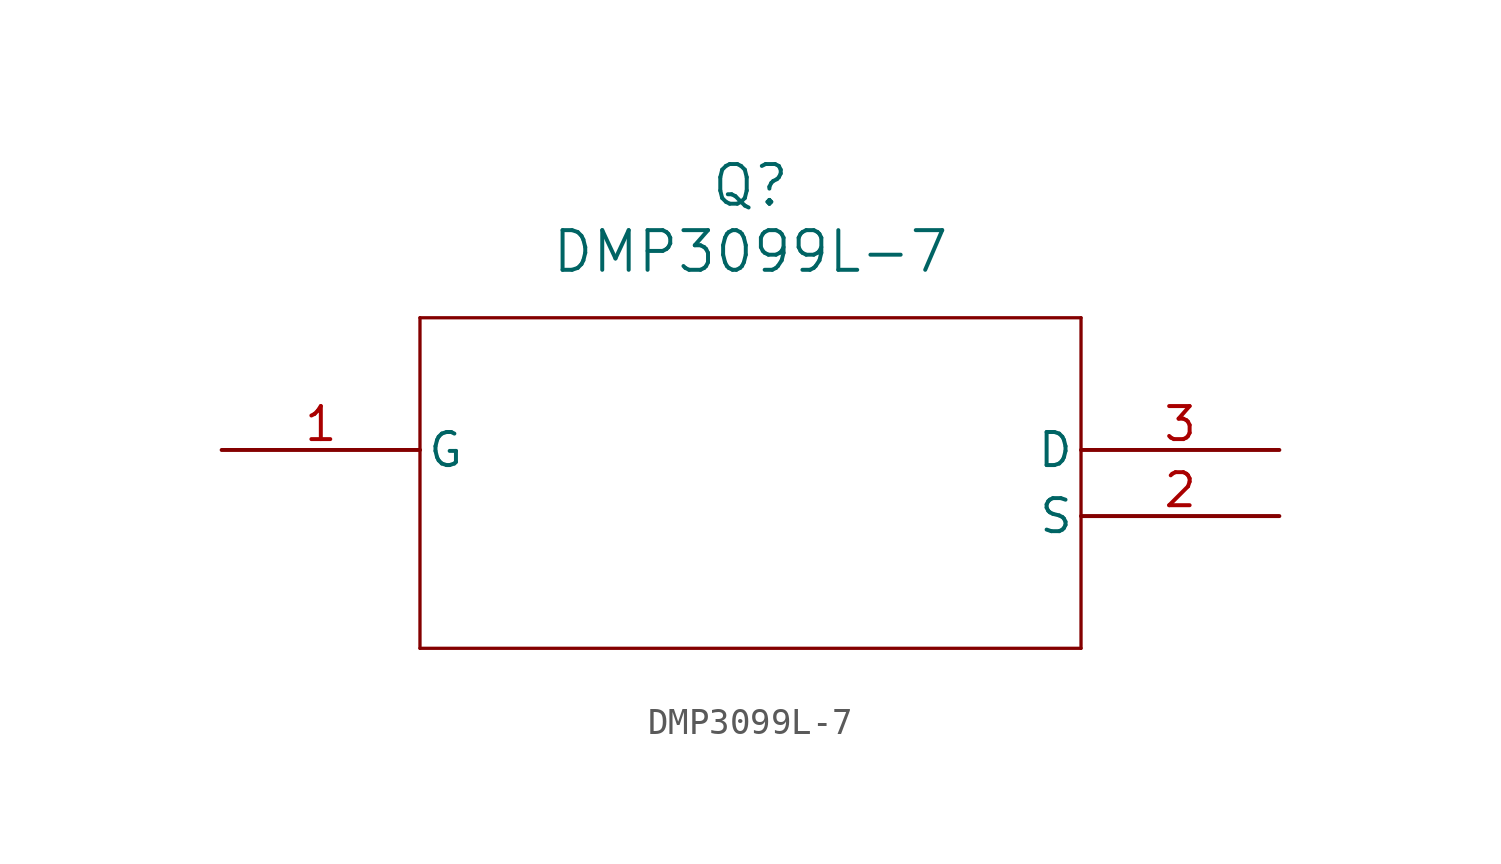
<source format=kicad_sym>
(kicad_symbol_lib
  (version 20231120)
  (generator "kicad_symbol_editor")
  (generator_version "8.0")
  (symbol "DMP3099L-7"
    (pin_names
      (offset 0.254))
    (property "Reference" "Q"
      (at 20.32 10.16 0)
      (effects (font (size 1.524 1.524))))
    (property "Value" "DMP3099L-7"
      (at 20.32 7.62 0)
      (effects (font (size 1.524 1.524))))
    (symbol "DMP3099L-7_0_1"
      (polyline (pts (xy 7.62 -7.62) (xy 33.02 -7.62)) (stroke (width 0.127) (type default)) (fill (type none)))
      (polyline (pts (xy 7.62 5.08) (xy 7.62 -7.62)) (stroke (width 0.127) (type default)) (fill (type none)))
      (polyline (pts (xy 33.02 -7.62) (xy 33.02 5.08)) (stroke (width 0.127) (type default)) (fill (type none)))
      (polyline (pts (xy 33.02 5.08) (xy 7.62 5.08)) (stroke (width 0.127) (type default)) (fill (type none)))
      (pin input line (at 0 0 0) (length 7.62) (name "G" (effects (font (size 1.27 1.27)))) (number "1" (effects (font (size 1.27 1.27)))))
      (pin power_in line (at 40.64 -2.54 180) (length 7.62) (name "S" (effects (font (size 1.27 1.27)))) (number "2" (effects (font (size 1.27 1.27)))))
      (pin power_out line (at 40.64 0 180) (length 7.62) (name "D" (effects (font (size 1.27 1.27)))) (number "3" (effects (font (size 1.27 1.27))))))))
</source>
